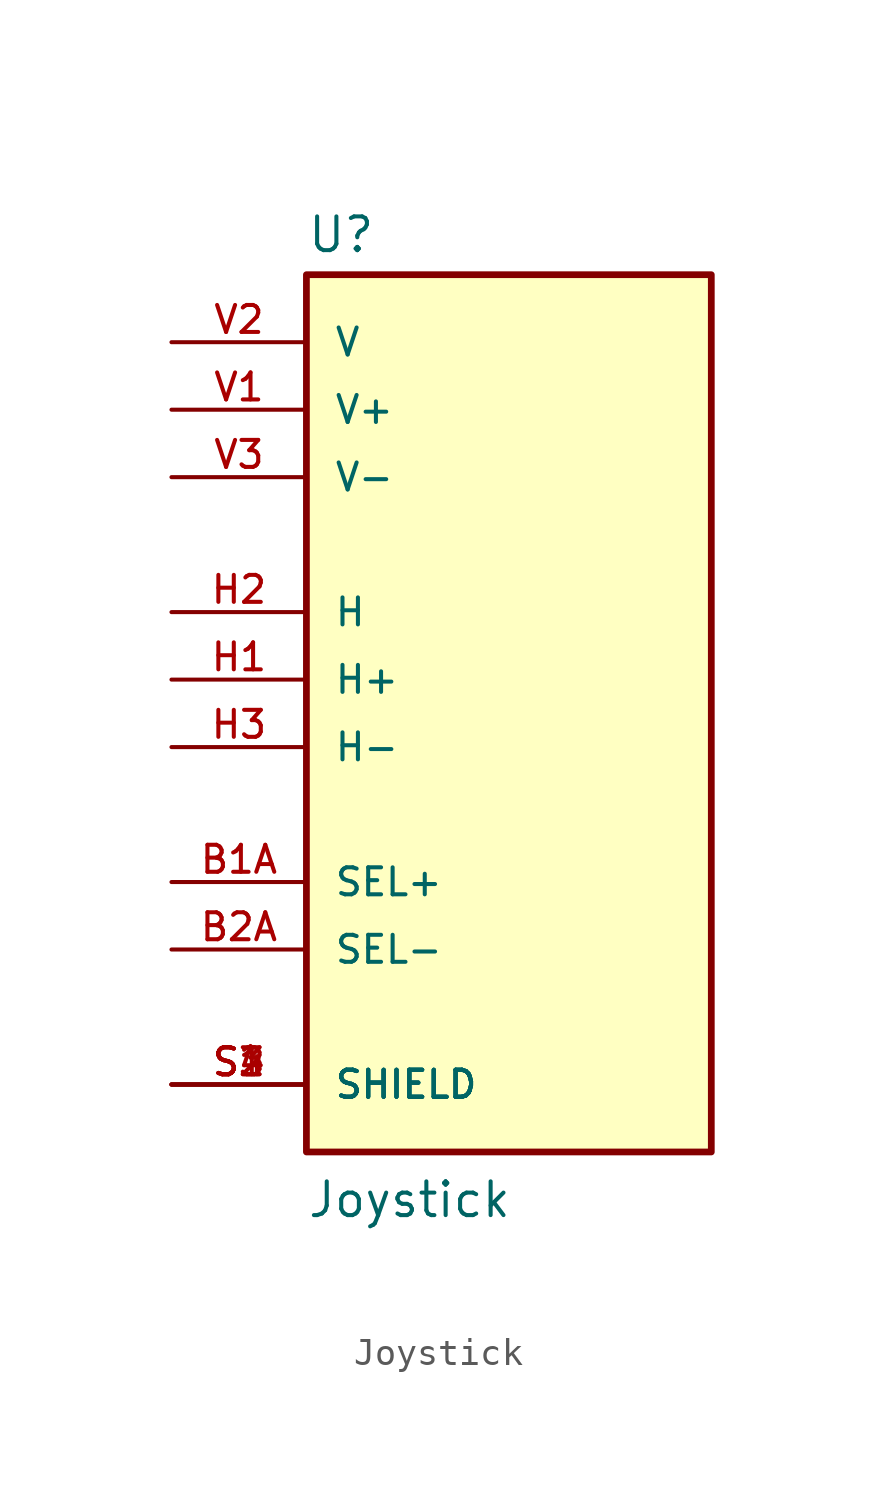
<source format=kicad_sym>
(kicad_symbol_lib
  (version 20211014)
  (generator kicad_symbol_editor)
  (symbol "Joystick"
    (pin_names
      (offset 1.016))
    (property "Reference" "U"
      (at -7.62 16.002 0)
      (effects (font (size 1.27 1.27)) (justify left bottom)))
    (property "Value" "Joystick"
      (at -7.62 -20.32 0)
      (effects (font (size 1.27 1.27)) (justify left bottom)))
    (symbol "Joystick_0_0"
      (rectangle (start -7.62 -17.78) (end 7.62 15.24) (stroke (width 0.254) (type default) (color 0 0 0 0)) (fill (type background)))
      (pin passive line (at -12.7 -7.62 0) (length 5.08) (name "SEL+" (effects (font (size 1.016 1.016)))) (number "B1A" (effects (font (size 1.016 1.016)))))
      (pin passive line (at -12.7 -10.16 0) (length 5.08) (name "SEL-" (effects (font (size 1.016 1.016)))) (number "B2A" (effects (font (size 1.016 1.016)))))
      (pin passive line (at -12.7 0 0) (length 5.08) (name "H+" (effects (font (size 1.016 1.016)))) (number "H1" (effects (font (size 1.016 1.016)))))
      (pin passive line (at -12.7 2.54 0) (length 5.08) (name "H" (effects (font (size 1.016 1.016)))) (number "H2" (effects (font (size 1.016 1.016)))))
      (pin passive line (at -12.7 -2.54 0) (length 5.08) (name "H-" (effects (font (size 1.016 1.016)))) (number "H3" (effects (font (size 1.016 1.016)))))
      (pin passive line (at -12.7 -15.24 0) (length 5.08) (name "SHIELD" (effects (font (size 1.016 1.016)))) (number "S1" (effects (font (size 1.016 1.016)))))
      (pin passive line (at -12.7 -15.24 0) (length 5.08) (name "SHIELD" (effects (font (size 1.016 1.016)))) (number "S2" (effects (font (size 1.016 1.016)))))
      (pin passive line (at -12.7 -15.24 0) (length 5.08) (name "SHIELD" (effects (font (size 1.016 1.016)))) (number "S3" (effects (font (size 1.016 1.016)))))
      (pin passive line (at -12.7 -15.24 0) (length 5.08) (name "SHIELD" (effects (font (size 1.016 1.016)))) (number "S4" (effects (font (size 1.016 1.016)))))
      (pin passive line (at -12.7 10.16 0) (length 5.08) (name "V+" (effects (font (size 1.016 1.016)))) (number "V1" (effects (font (size 1.016 1.016)))))
      (pin passive line (at -12.7 12.7 0) (length 5.08) (name "V" (effects (font (size 1.016 1.016)))) (number "V2" (effects (font (size 1.016 1.016)))))
      (pin passive line (at -12.7 7.62 0) (length 5.08) (name "V-" (effects (font (size 1.016 1.016)))) (number "V3" (effects (font (size 1.016 1.016))))))))
</source>
